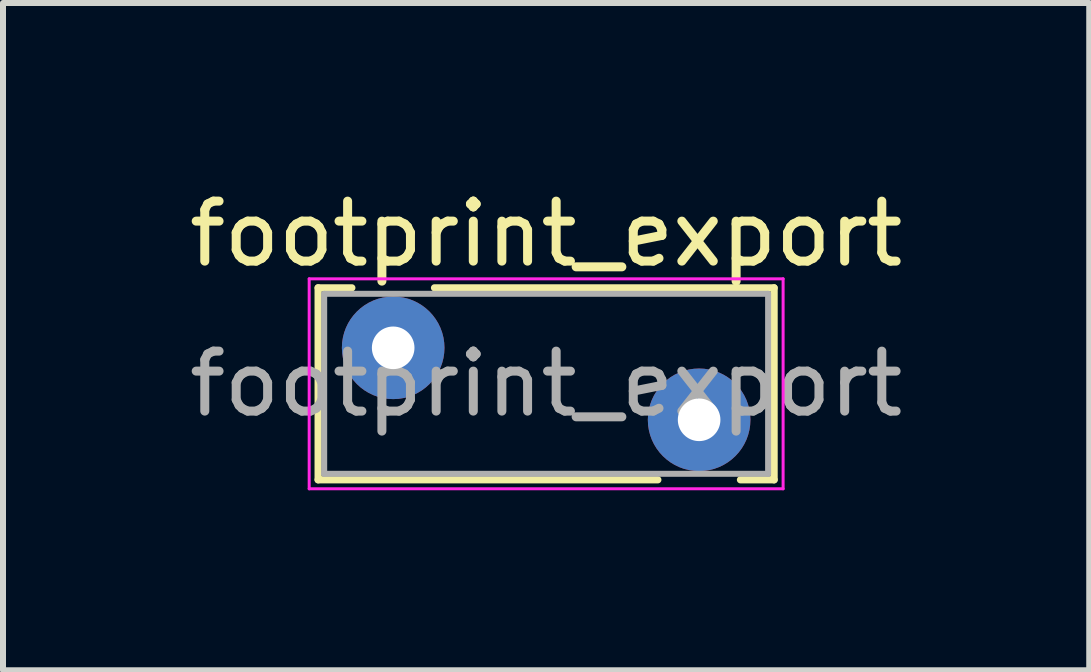
<source format=kicad_pcb>
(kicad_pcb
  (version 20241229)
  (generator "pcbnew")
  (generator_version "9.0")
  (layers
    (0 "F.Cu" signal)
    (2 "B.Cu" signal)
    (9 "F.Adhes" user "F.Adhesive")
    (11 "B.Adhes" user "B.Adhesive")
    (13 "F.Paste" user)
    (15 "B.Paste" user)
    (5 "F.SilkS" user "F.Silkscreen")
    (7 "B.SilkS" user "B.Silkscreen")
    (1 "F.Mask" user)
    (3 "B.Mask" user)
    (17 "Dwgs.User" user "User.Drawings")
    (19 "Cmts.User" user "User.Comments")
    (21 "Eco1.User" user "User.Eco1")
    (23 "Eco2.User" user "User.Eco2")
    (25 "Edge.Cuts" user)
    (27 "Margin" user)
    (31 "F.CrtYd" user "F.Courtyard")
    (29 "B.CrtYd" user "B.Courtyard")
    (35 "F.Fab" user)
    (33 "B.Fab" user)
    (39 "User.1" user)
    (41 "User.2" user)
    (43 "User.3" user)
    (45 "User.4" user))
  (footprint "footprint_export"
    (layer "F.Cu")
    (at 3.504 2.748)
    (property "Reference" "footprint_export" (at 2.55 -1.9 0) (layer "F.SilkS") (effects (font (size 1 1) (thickness 0.15))))
    (attr through_hole)
    (fp_line (start -1.251 -1) (end -1.251 2.2) (stroke (width 0.12) (type solid)) (layer "F.SilkS"))
    (fp_line (start -1.251 -1) (end -0.689 -1) (stroke (width 0.12) (type solid)) (layer "F.SilkS"))
    (fp_line (start -1.251 2.2) (end 4.412 2.2) (stroke (width 0.12) (type solid)) (layer "F.SilkS"))
    (fp_line (start 0.689 -1) (end 6.35 -1) (stroke (width 0.12) (type solid)) (layer "F.SilkS"))
    (fp_line (start 5.789 2.2) (end 6.35 2.2) (stroke (width 0.12) (type solid)) (layer "F.SilkS"))
    (fp_line (start 6.35 -1) (end 6.35 2.2) (stroke (width 0.12) (type solid)) (layer "F.SilkS"))
    (fp_line (start -1.4 -1.15) (end -1.4 2.35) (stroke (width 0.05) (type solid)) (layer "F.CrtYd"))
    (fp_line (start -1.4 2.35) (end 6.5 2.35) (stroke (width 0.05) (type solid)) (layer "F.CrtYd"))
    (fp_line (start 6.5 -1.15) (end -1.4 -1.15) (stroke (width 0.05) (type solid)) (layer "F.CrtYd"))
    (fp_line (start 6.5 2.35) (end 6.5 -1.15) (stroke (width 0.05) (type solid)) (layer "F.CrtYd"))
    (fp_line (start -1.15 -0.9) (end -1.15 2.1) (stroke (width 0.1) (type solid)) (layer "F.Fab"))
    (fp_line (start -1.15 2.1) (end 6.25 2.1) (stroke (width 0.1) (type solid)) (layer "F.Fab"))
    (fp_line (start 6.25 -0.9) (end -1.15 -0.9) (stroke (width 0.1) (type solid)) (layer "F.Fab"))
    (fp_line (start 6.25 2.1) (end 6.25 -0.9) (stroke (width 0.1) (type solid)) (layer "F.Fab"))
    (fp_text user "${REFERENCE}" (at 2.55 0.6 0) (layer "F.Fab") (effects (font (size 1 1) (thickness 0.15))))
    (pad "1" thru_hole circle (at 0 0) (size 1.71 1.71) (drill 0.71) (layers "*.Cu" "*.Mask"))
    (pad "2" thru_hole circle (at 5.1 1.2) (size 1.71 1.71) (drill 0.71) (layers "*.Cu" "*.Mask")))
  (gr_rect
    (start -3 -3)
    (end 15.107 8.123)
    (stroke (width 0.1) (type default))
    (fill no)
    (layer "Edge.Cuts")))
</source>
